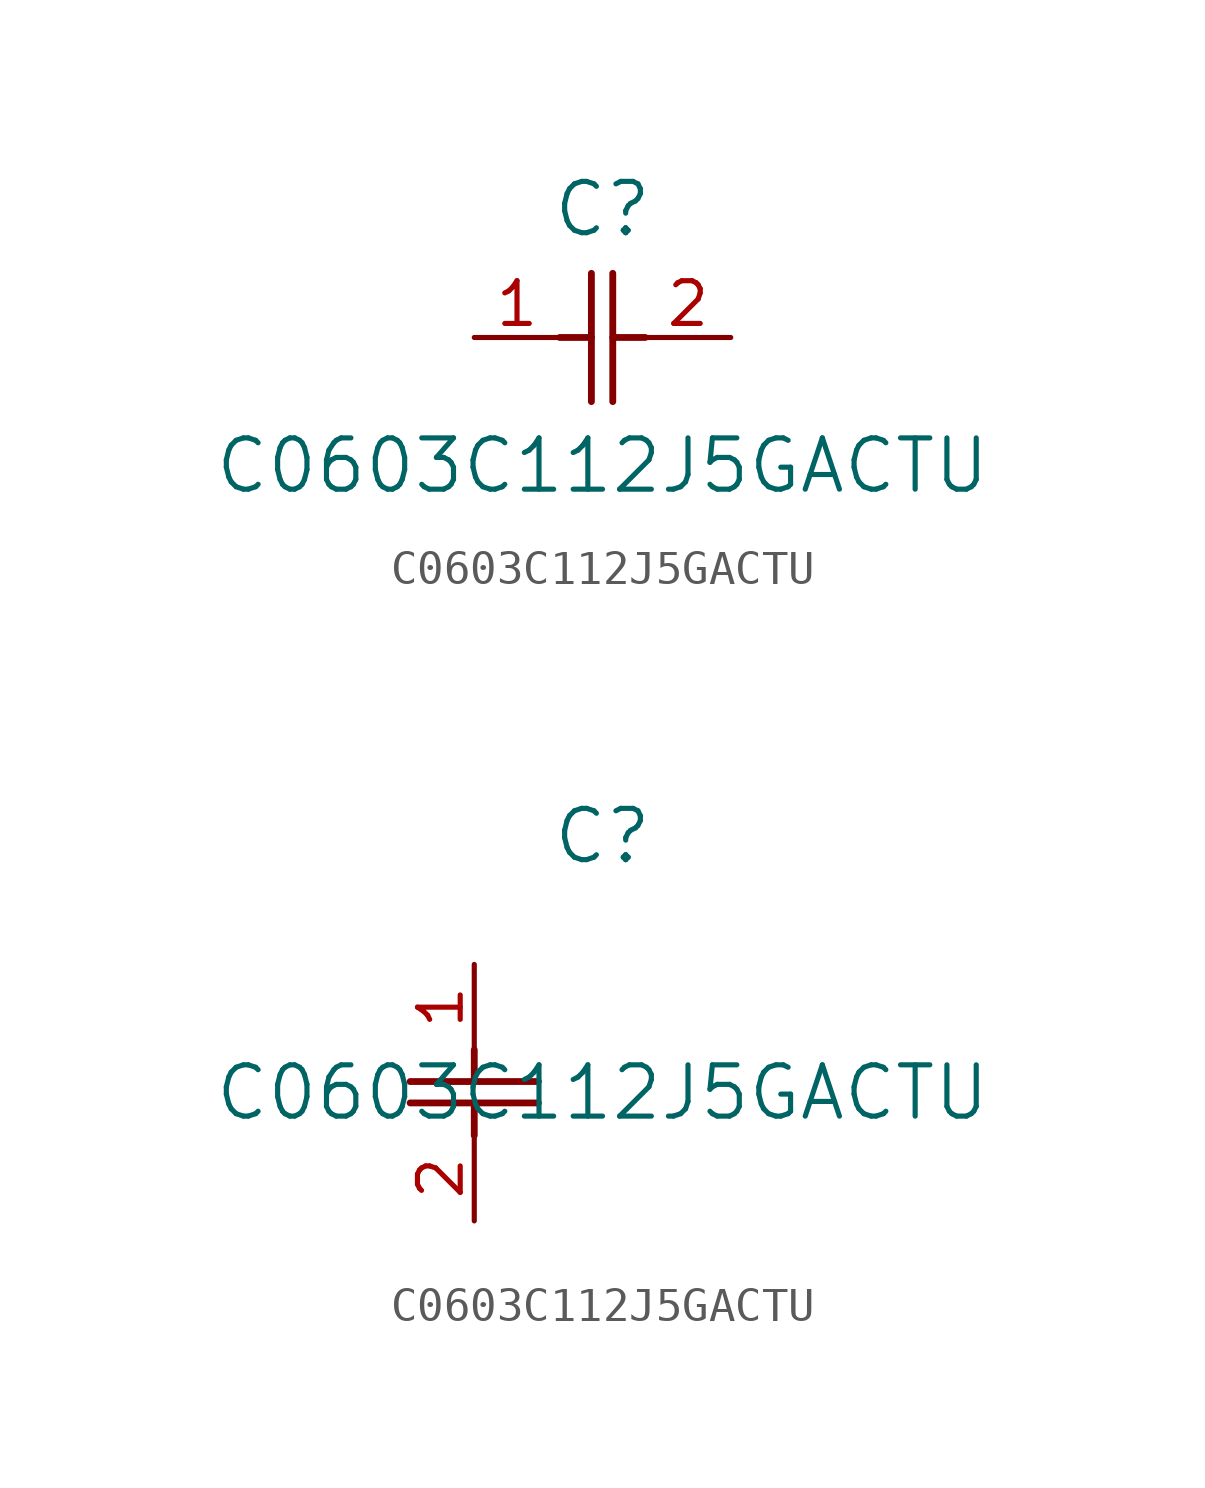
<source format=kicad_sym>
(kicad_symbol_lib
  (version 20211014)
  (generator kicad_symbol_editor)
  (symbol "C0603C112J5GACTU"
    (pin_names
      (offset 0.254))
    (property "Reference" "C"
      (at 3.81 3.81 0)
      (effects (font (size 1.524 1.524))))
    (property "Value" "C0603C112J5GACTU"
      (at 3.81 -3.81 0)
      (effects (font (size 1.524 1.524))))
    (symbol "C0603C112J5GACTU_1_1"
      (polyline (pts (xy 3.48 -1.905) (xy 3.48 1.905)) (stroke (width 0.203) (type default) (color 0 0 0 0)) (fill (type none)))
      (polyline (pts (xy 4.115 -1.905) (xy 4.115 1.905)) (stroke (width 0.203) (type default) (color 0 0 0 0)) (fill (type none)))
      (polyline (pts (xy 4.115 0) (xy 5.08 0)) (stroke (width 0.203) (type default) (color 0 0 0 0)) (fill (type none)))
      (polyline (pts (xy 2.54 0) (xy 3.48 0)) (stroke (width 0.203) (type default) (color 0 0 0 0)) (fill (type none)))
      (pin unspecified line (at 0 0 0) (length 2.54) (name "" (effects (font (size 1.27 1.27)))) (number "1" (effects (font (size 1.27 1.27)))))
      (pin unspecified line (at 7.62 0 180) (length 2.54) (name "" (effects (font (size 1.27 1.27)))) (number "2" (effects (font (size 1.27 1.27))))))
    (symbol "C0603C112J5GACTU_1_2"
      (polyline (pts (xy -1.905 -3.48) (xy 1.905 -3.48)) (stroke (width 0.203) (type default) (color 0 0 0 0)) (fill (type none)))
      (polyline (pts (xy -1.905 -4.115) (xy 1.905 -4.115)) (stroke (width 0.203) (type default) (color 0 0 0 0)) (fill (type none)))
      (polyline (pts (xy 0 -4.115) (xy 0 -5.08)) (stroke (width 0.203) (type default) (color 0 0 0 0)) (fill (type none)))
      (polyline (pts (xy 0 -2.54) (xy 0 -3.48)) (stroke (width 0.203) (type default) (color 0 0 0 0)) (fill (type none)))
      (pin unspecified line (at 0 0 270) (length 2.54) (name "" (effects (font (size 1.27 1.27)))) (number "1" (effects (font (size 1.27 1.27)))))
      (pin unspecified line (at 0 -7.62 90) (length 2.54) (name "" (effects (font (size 1.27 1.27)))) (number "2" (effects (font (size 1.27 1.27))))))))
</source>
